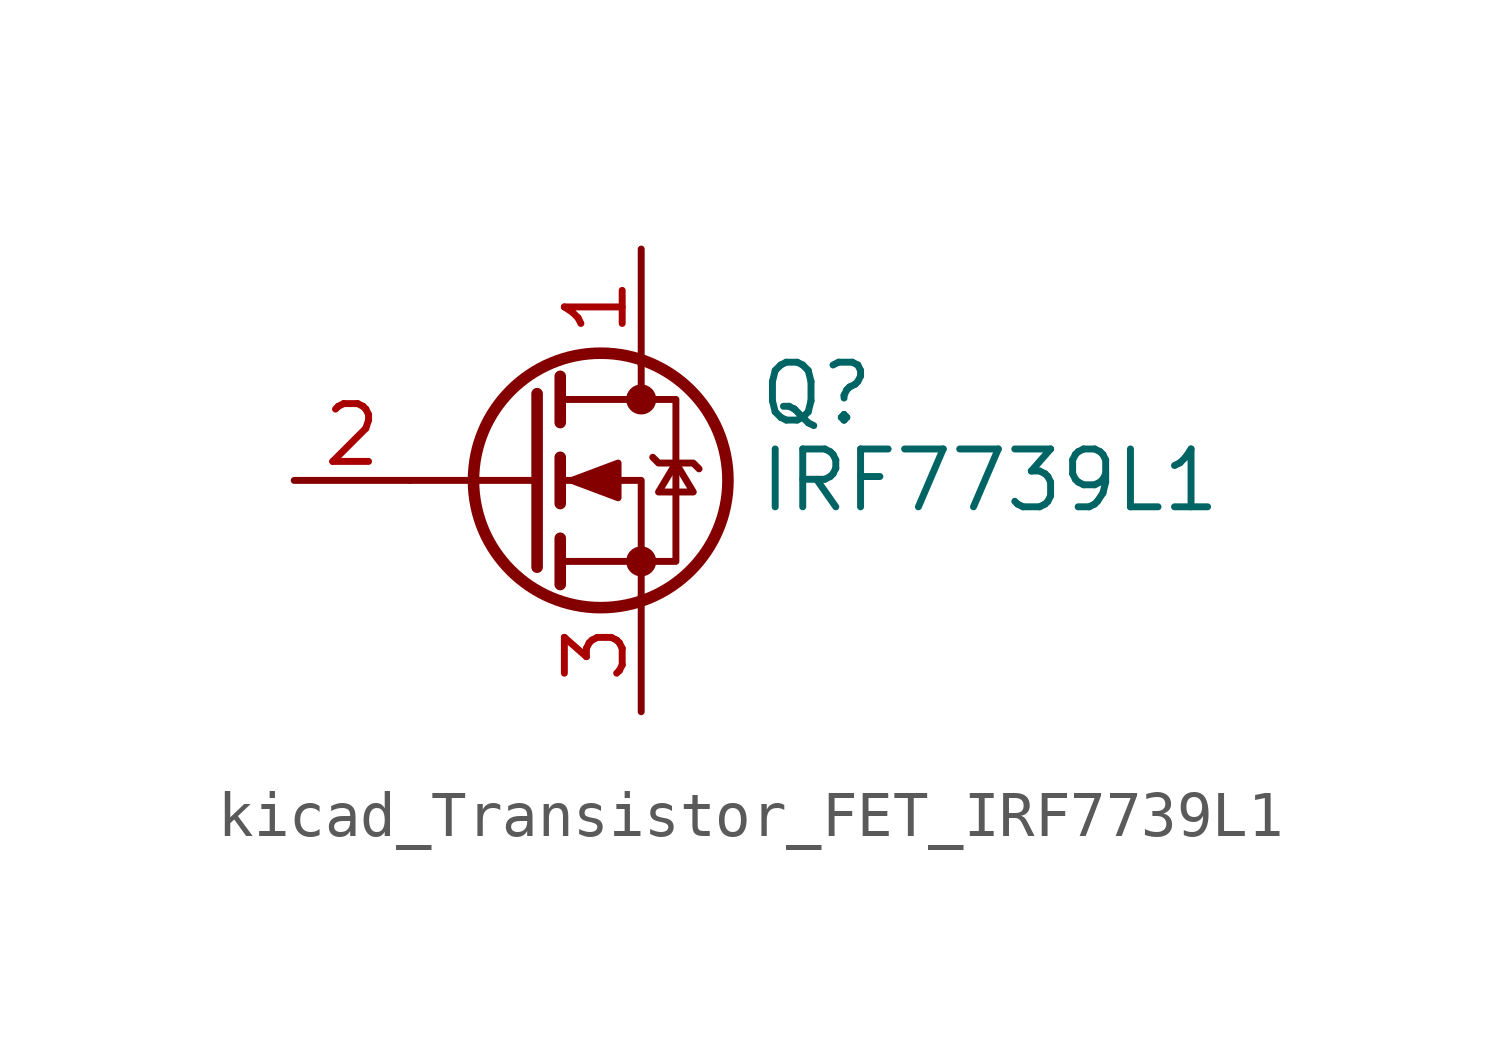
<source format=kicad_sym>
(kicad_symbol_lib
  (version 20220914)
  (generator kicad_symbol_editor)
  (symbol "kicad_Transistor_FET_IRF7739L1"
    (pin_names hide)
    (property "Reference" "Q"
      (at 5.08 1.905 0)
      (effects (font (size 1.27 1.27)) (justify left)))
    (property "Value" "IRF7739L1"
      (at 5.08 0 0)
      (effects (font (size 1.27 1.27)) (justify left)))
    (symbol "kicad_Transistor_FET_IRF7739L1_0_1"
      (polyline (pts (xy 0.254 0) (xy -2.54 0)) (stroke (width 0) (type default)) (fill (type none)))
      (polyline (pts (xy 0.254 1.905) (xy 0.254 -1.905)) (stroke (width 0.254) (type default)) (fill (type none)))
      (polyline (pts (xy 0.762 -1.27) (xy 0.762 -2.286)) (stroke (width 0.254) (type default)) (fill (type none)))
      (polyline (pts (xy 0.762 0.508) (xy 0.762 -0.508)) (stroke (width 0.254) (type default)) (fill (type none)))
      (polyline (pts (xy 0.762 2.286) (xy 0.762 1.27)) (stroke (width 0.254) (type default)) (fill (type none)))
      (polyline (pts (xy 2.54 2.54) (xy 2.54 1.778)) (stroke (width 0) (type default)) (fill (type none)))
      (polyline (pts (xy 2.54 -2.54) (xy 2.54 0) (xy 0.762 0)) (stroke (width 0) (type default)) (fill (type none)))
      (polyline (pts (xy 0.762 -1.778) (xy 3.302 -1.778) (xy 3.302 1.778) (xy 0.762 1.778)) (stroke (width 0) (type default)) (fill (type none)))
      (polyline (pts (xy 1.016 0) (xy 2.032 0.381) (xy 2.032 -0.381) (xy 1.016 0)) (stroke (width 0) (type default)) (fill (type outline)))
      (polyline (pts (xy 2.794 0.508) (xy 2.921 0.381) (xy 3.683 0.381) (xy 3.81 0.254)) (stroke (width 0) (type default)) (fill (type none)))
      (polyline (pts (xy 3.302 0.381) (xy 2.921 -0.254) (xy 3.683 -0.254) (xy 3.302 0.381)) (stroke (width 0) (type default)) (fill (type none)))
      (circle (center 1.651 0) (radius 2.794) (stroke (width 0.254) (type default)) (fill (type none)))
      (circle (center 2.54 -1.778) (radius 0.254) (stroke (width 0) (type default)) (fill (type outline)))
      (circle (center 2.54 1.778) (radius 0.254) (stroke (width 0) (type default)) (fill (type outline))))
    (symbol "kicad_Transistor_FET_IRF7739L1_1_1"
      (pin passive line (at 2.54 5.08 270) (length 2.54) (name "D" (effects (font (size 1.27 1.27)))) (number "1" (effects (font (size 1.27 1.27)))))
      (pin input line (at -5.08 0 0) (length 2.54) (name "G" (effects (font (size 1.27 1.27)))) (number "2" (effects (font (size 1.27 1.27)))))
      (pin passive line (at 2.54 -5.08 90) (length 2.54) (name "S" (effects (font (size 1.27 1.27)))) (number "3" (effects (font (size 1.27 1.27))))))))
</source>
